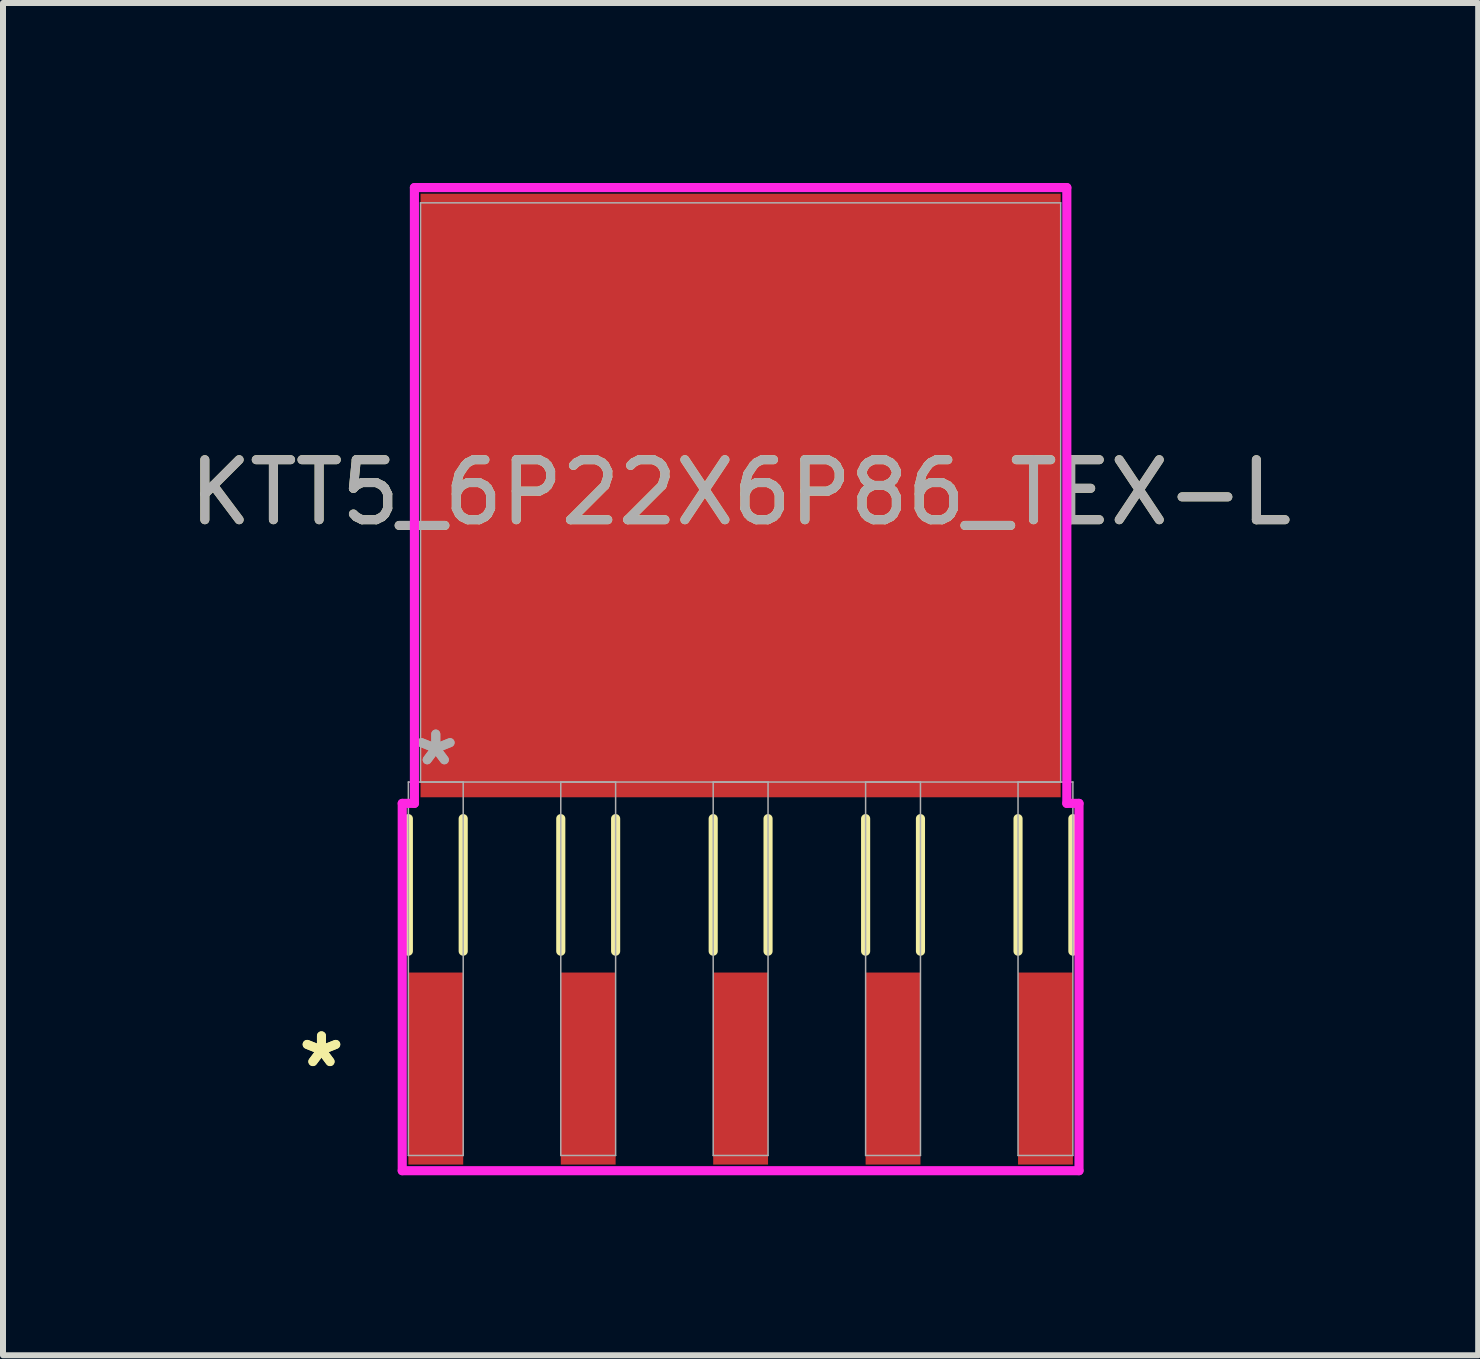
<source format=kicad_pcb>
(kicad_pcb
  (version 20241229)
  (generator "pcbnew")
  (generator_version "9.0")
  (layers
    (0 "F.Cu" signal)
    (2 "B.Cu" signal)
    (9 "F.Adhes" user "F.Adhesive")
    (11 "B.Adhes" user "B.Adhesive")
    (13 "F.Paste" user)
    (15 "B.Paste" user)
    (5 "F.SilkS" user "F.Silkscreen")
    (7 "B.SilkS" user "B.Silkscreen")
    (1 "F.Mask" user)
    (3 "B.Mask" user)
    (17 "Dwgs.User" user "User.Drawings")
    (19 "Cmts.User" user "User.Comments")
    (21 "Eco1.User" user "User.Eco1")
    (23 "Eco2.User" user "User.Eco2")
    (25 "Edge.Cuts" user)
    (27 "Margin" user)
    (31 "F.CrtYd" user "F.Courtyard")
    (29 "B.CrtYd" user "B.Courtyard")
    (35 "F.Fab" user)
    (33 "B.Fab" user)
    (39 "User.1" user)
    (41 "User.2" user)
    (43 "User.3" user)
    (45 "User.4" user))
  (footprint "KTT5_6P22X6P86_TEX-L"
    (layer "F.Cu")
    (at 9.292 5.156)
    (property "Reference" "KTT5_6P22X6P86_TEX-L" (at 0 0 0) (unlocked yes) (layer "F.SilkS") (effects (font (size 1 1) (thickness 0.15))))
    (attr smd)
    (fp_line (start -5.537 5.436) (end -5.537 7.645) (stroke (width 0.152) (type solid)) (layer "F.SilkS"))
    (fp_line (start -4.623 5.436) (end -4.623 7.645) (stroke (width 0.152) (type solid)) (layer "F.SilkS"))
    (fp_line (start -2.997 5.436) (end -2.997 7.645) (stroke (width 0.152) (type solid)) (layer "F.SilkS"))
    (fp_line (start -2.083 5.436) (end -2.083 7.645) (stroke (width 0.152) (type solid)) (layer "F.SilkS"))
    (fp_line (start -0.457 5.436) (end -0.457 7.645) (stroke (width 0.152) (type solid)) (layer "F.SilkS"))
    (fp_line (start 0.457 5.436) (end 0.457 7.645) (stroke (width 0.152) (type solid)) (layer "F.SilkS"))
    (fp_line (start 2.083 5.436) (end 2.083 7.645) (stroke (width 0.152) (type solid)) (layer "F.SilkS"))
    (fp_line (start 2.997 5.436) (end 2.997 7.645) (stroke (width 0.152) (type solid)) (layer "F.SilkS"))
    (fp_line (start 4.623 5.436) (end 4.623 7.645) (stroke (width 0.152) (type solid)) (layer "F.SilkS"))
    (fp_line (start 5.537 5.436) (end 5.537 7.645) (stroke (width 0.152) (type solid)) (layer "F.SilkS"))
    (fp_line (start -5.639 5.182) (end -5.436 5.182) (stroke (width 0.152) (type solid)) (layer "F.CrtYd"))
    (fp_line (start -5.639 11.303) (end -5.639 5.182) (stroke (width 0.152) (type solid)) (layer "F.CrtYd"))
    (fp_line (start -5.436 -5.08) (end 5.436 -5.08) (stroke (width 0.152) (type solid)) (layer "F.CrtYd"))
    (fp_line (start -5.436 5.182) (end -5.436 -5.08) (stroke (width 0.152) (type solid)) (layer "F.CrtYd"))
    (fp_line (start 5.436 -5.08) (end 5.436 5.182) (stroke (width 0.152) (type solid)) (layer "F.CrtYd"))
    (fp_line (start 5.436 5.182) (end 5.639 5.182) (stroke (width 0.152) (type solid)) (layer "F.CrtYd"))
    (fp_line (start 5.639 5.182) (end 5.639 11.303) (stroke (width 0.152) (type solid)) (layer "F.CrtYd"))
    (fp_line (start 5.639 11.303) (end -5.639 11.303) (stroke (width 0.152) (type solid)) (layer "F.CrtYd"))
    (fp_line (start -5.537 4.826) (end -5.537 11.049) (stroke (width 0.025) (type solid)) (layer "F.Fab"))
    (fp_line (start -5.537 11.049) (end -4.623 11.049) (stroke (width 0.025) (type solid)) (layer "F.Fab"))
    (fp_line (start -5.334 -4.826) (end -5.334 4.826) (stroke (width 0.025) (type solid)) (layer "F.Fab"))
    (fp_line (start -5.334 4.826) (end 5.334 4.826) (stroke (width 0.025) (type solid)) (layer "F.Fab"))
    (fp_line (start -4.623 4.826) (end -5.537 4.826) (stroke (width 0.025) (type solid)) (layer "F.Fab"))
    (fp_line (start -4.623 11.049) (end -4.623 4.826) (stroke (width 0.025) (type solid)) (layer "F.Fab"))
    (fp_line (start -2.997 4.826) (end -2.997 11.049) (stroke (width 0.025) (type solid)) (layer "F.Fab"))
    (fp_line (start -2.997 11.049) (end -2.083 11.049) (stroke (width 0.025) (type solid)) (layer "F.Fab"))
    (fp_line (start -2.083 4.826) (end -2.997 4.826) (stroke (width 0.025) (type solid)) (layer "F.Fab"))
    (fp_line (start -2.083 11.049) (end -2.083 4.826) (stroke (width 0.025) (type solid)) (layer "F.Fab"))
    (fp_line (start -0.457 4.826) (end -0.457 11.049) (stroke (width 0.025) (type solid)) (layer "F.Fab"))
    (fp_line (start -0.457 11.049) (end 0.457 11.049) (stroke (width 0.025) (type solid)) (layer "F.Fab"))
    (fp_line (start 0.457 4.826) (end -0.457 4.826) (stroke (width 0.025) (type solid)) (layer "F.Fab"))
    (fp_line (start 0.457 11.049) (end 0.457 4.826) (stroke (width 0.025) (type solid)) (layer "F.Fab"))
    (fp_line (start 2.083 4.826) (end 2.083 11.049) (stroke (width 0.025) (type solid)) (layer "F.Fab"))
    (fp_line (start 2.083 11.049) (end 2.997 11.049) (stroke (width 0.025) (type solid)) (layer "F.Fab"))
    (fp_line (start 2.997 4.826) (end 2.083 4.826) (stroke (width 0.025) (type solid)) (layer "F.Fab"))
    (fp_line (start 2.997 11.049) (end 2.997 4.826) (stroke (width 0.025) (type solid)) (layer "F.Fab"))
    (fp_line (start 4.623 4.826) (end 4.623 11.049) (stroke (width 0.025) (type solid)) (layer "F.Fab"))
    (fp_line (start 4.623 11.049) (end 5.537 11.049) (stroke (width 0.025) (type solid)) (layer "F.Fab"))
    (fp_line (start 5.334 -4.826) (end -5.334 -4.826) (stroke (width 0.025) (type solid)) (layer "F.Fab"))
    (fp_line (start 5.334 4.826) (end 5.334 -4.826) (stroke (width 0.025) (type solid)) (layer "F.Fab"))
    (fp_line (start 5.537 4.826) (end 4.623 4.826) (stroke (width 0.025) (type solid)) (layer "F.Fab"))
    (fp_line (start 5.537 11.049) (end 5.537 4.826) (stroke (width 0.025) (type solid)) (layer "F.Fab"))
    (fp_text user "*" (at -6.985 9.601 0) (layer "F.SilkS") (effects (font (size 1 1) (thickness 0.15))))
    (fp_text user "*" (at -6.985 9.601 0) (unlocked yes) (layer "F.SilkS") (effects (font (size 1 1) (thickness 0.15))))
    (fp_text user "*" (at -5.08 4.572 0) (unlocked yes) (layer "F.Fab") (effects (font (size 1 1) (thickness 0.15))))
    (fp_text user "*" (at -5.08 4.572 0) (layer "F.Fab") (effects (font (size 1 1) (thickness 0.15))))
    (fp_text user "${REFERENCE}" (at 0 0 0) (unlocked yes) (layer "F.Fab") (effects (font (size 1 1) (thickness 0.15))))
    (pad "1" smd rect (at -5.08 9.601) (size 0.914 3.2) (layers "F.Cu" "F.Mask" "F.Paste"))
    (pad "2" smd rect (at -2.54 9.601) (size 0.914 3.2) (layers "F.Cu" "F.Mask" "F.Paste"))
    (pad "3" smd rect (at 0 9.601) (size 0.914 3.2) (layers "F.Cu" "F.Mask" "F.Paste"))
    (pad "4" smd rect (at 2.54 9.601) (size 0.914 3.2) (layers "F.Cu" "F.Mask" "F.Paste"))
    (pad "5" smd rect (at 5.08 9.601) (size 0.914 3.2) (layers "F.Cu" "F.Mask" "F.Paste"))
    (pad "6" smd rect (at 0 0.051) (size 10.668 10.058) (layers "F.Cu" "F.Mask" "F.Paste")))
  (gr_rect
    (start -3 -3)
    (end 21.583 19.535)
    (stroke (width 0.1) (type default))
    (fill no)
    (layer "Edge.Cuts")))
</source>
